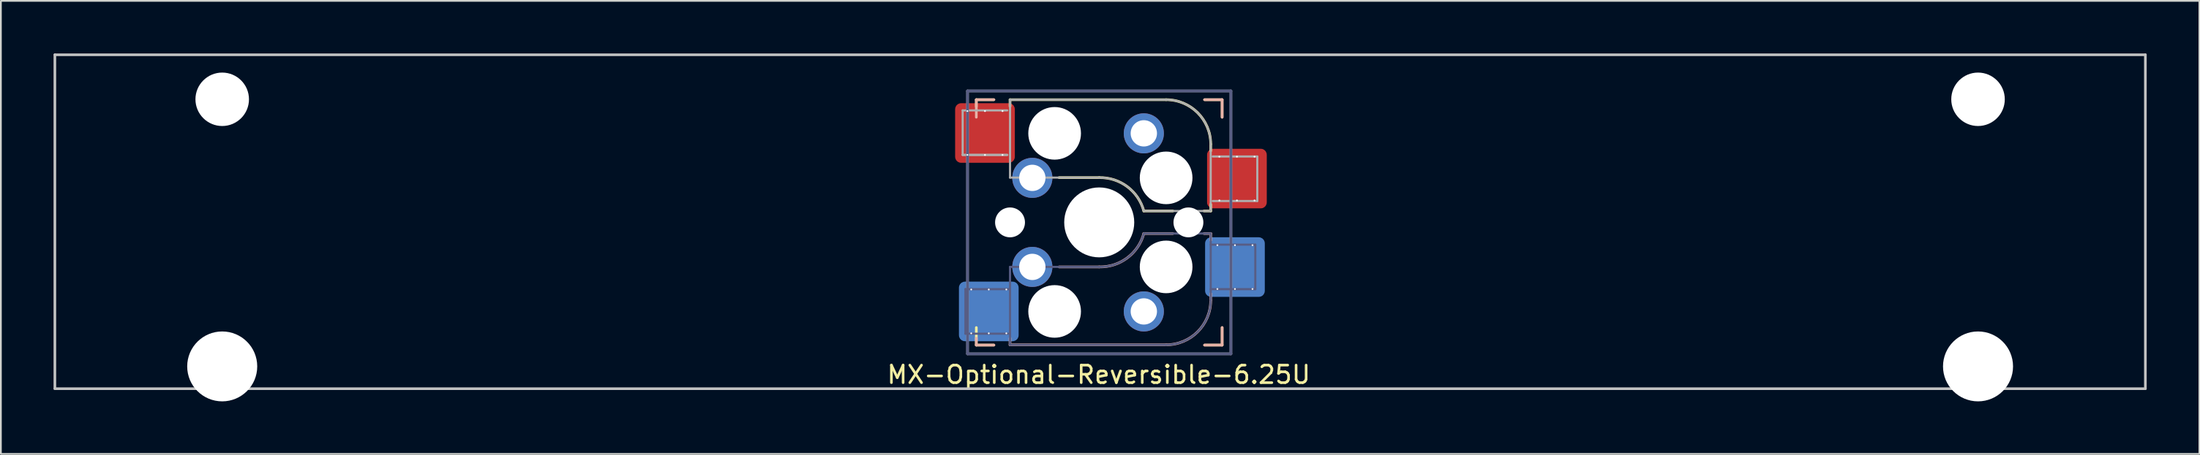
<source format=kicad_pcb>
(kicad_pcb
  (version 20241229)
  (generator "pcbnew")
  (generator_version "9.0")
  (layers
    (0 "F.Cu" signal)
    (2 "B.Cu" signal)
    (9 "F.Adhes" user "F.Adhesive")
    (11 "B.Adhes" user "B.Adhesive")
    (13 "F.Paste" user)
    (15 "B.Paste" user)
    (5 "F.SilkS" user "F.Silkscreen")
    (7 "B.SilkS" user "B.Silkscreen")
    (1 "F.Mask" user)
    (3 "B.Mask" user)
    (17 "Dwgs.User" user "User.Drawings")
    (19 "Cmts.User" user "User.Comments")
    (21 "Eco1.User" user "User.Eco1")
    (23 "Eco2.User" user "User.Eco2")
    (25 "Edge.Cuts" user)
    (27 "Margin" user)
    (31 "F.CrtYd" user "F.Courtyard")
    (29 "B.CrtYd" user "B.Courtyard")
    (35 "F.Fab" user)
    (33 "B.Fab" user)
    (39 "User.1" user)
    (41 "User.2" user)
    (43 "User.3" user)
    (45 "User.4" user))
  (footprint "MX-Optional-Reversible-6.25U"
    (layer "F.Cu")
    (at 59.606 9.6)
    (property "Reference" "MX-Optional-Reversible-6.25U" (at -0.077 8.726 180) (layer "F.SilkS") (effects (font (size 1 1) (thickness 0.15))))
    (attr smd)
    (fp_rect (start -8.258 -6.062) (end -4.858 -4.062) (stroke (width 0.1) (type solid)) (fill yes) (layer "F.Mask"))
    (fp_rect (start 6.092 -3.462) (end 9.492 -1.462) (stroke (width 0.1) (type solid)) (fill yes) (layer "F.Mask"))
    (fp_rect (start -8.041 4.118) (end -4.641 6.118) (stroke (width 0.1) (type solid)) (fill yes) (layer "B.Mask"))
    (fp_rect (start 5.979 1.588) (end 9.379 3.588) (stroke (width 0.1) (type solid)) (fill yes) (layer "B.Mask"))
    (fp_line (start -7.051 -6.962) (end -6.051 -6.962) (stroke (width 0.15) (type solid)) (layer "F.SilkS"))
    (fp_line (start -7.051 -6.566) (end -7.051 -6.962) (stroke (width 0.15) (type solid)) (layer "F.SilkS"))
    (fp_line (start -7.051 7.038) (end -7.051 6.038) (stroke (width 0.15) (type solid)) (layer "F.SilkS"))
    (fp_line (start -6.051 7.038) (end -7.051 7.038) (stroke (width 0.15) (type solid)) (layer "F.SilkS"))
    (fp_line (start -5.131 -6.581) (end -5.131 -6.962) (stroke (width 0.15) (type solid)) (layer "F.SilkS"))
    (fp_line (start -2.337 -2.517) (end -0.051 -2.517) (stroke (width 0.15) (type solid)) (layer "F.SilkS"))
    (fp_line (start 2.489 -0.612) (end 4.14 -0.612) (stroke (width 0.15) (type solid)) (layer "F.SilkS"))
    (fp_line (start 3.759 -6.962) (end -5.131 -6.962) (stroke (width 0.15) (type solid)) (layer "F.SilkS"))
    (fp_line (start 5.918 -0.612) (end 6.299 -0.612) (stroke (width 0.15) (type solid)) (layer "F.SilkS"))
    (fp_line (start 5.949 -6.962) (end 6.949 -6.962) (stroke (width 0.15) (type solid)) (layer "F.SilkS"))
    (fp_line (start 6.299 -4.041) (end 6.299 -4.422) (stroke (width 0.15) (type solid)) (layer "F.SilkS"))
    (fp_line (start 6.299 -0.612) (end 6.299 -0.993) (stroke (width 0.15) (type solid)) (layer "F.SilkS"))
    (fp_line (start 6.949 -6.962) (end 6.949 -5.962) (stroke (width 0.15) (type solid)) (layer "F.SilkS"))
    (fp_line (start 6.949 6.038) (end 6.949 7.038) (stroke (width 0.15) (type solid)) (layer "F.SilkS"))
    (fp_line (start 6.949 7.038) (end 5.949 7.038) (stroke (width 0.15) (type solid)) (layer "F.SilkS"))
    (fp_arc (start -0.05085 -2.51696) (mid 1.54712 -2.001754) (end 2.48915 -0.61196) (stroke (width 0.15) (type solid)) (layer "F.SilkS"))
    (fp_arc (start 3.75915 -6.96196) (mid 5.555201 -6.218011) (end 6.29915 -4.42196) (stroke (width 0.15) (type solid)) (layer "F.SilkS"))
    (fp_line (start -7.051 -6.962) (end -6.051 -6.962) (stroke (width 0.15) (type solid)) (layer "B.SilkS"))
    (fp_line (start -7.051 -5.962) (end -7.051 -6.962) (stroke (width 0.15) (type solid)) (layer "B.SilkS"))
    (fp_line (start -7.051 7.038) (end -7.051 6.642) (stroke (width 0.15) (type solid)) (layer "B.SilkS"))
    (fp_line (start -6.051 7.038) (end -7.051 7.038) (stroke (width 0.15) (type solid)) (layer "B.SilkS"))
    (fp_line (start -5.131 7.023) (end -5.131 6.642) (stroke (width 0.15) (type solid)) (layer "B.SilkS"))
    (fp_line (start -5.131 7.023) (end 3.759 7.023) (stroke (width 0.15) (type solid)) (layer "B.SilkS"))
    (fp_line (start -0.051 2.578) (end -2.337 2.578) (stroke (width 0.15) (type solid)) (layer "B.SilkS"))
    (fp_line (start 4.14 0.673) (end 2.489 0.673) (stroke (width 0.15) (type solid)) (layer "B.SilkS"))
    (fp_line (start 5.949 -6.962) (end 6.949 -6.962) (stroke (width 0.15) (type solid)) (layer "B.SilkS"))
    (fp_line (start 6.299 0.673) (end 5.918 0.673) (stroke (width 0.15) (type solid)) (layer "B.SilkS"))
    (fp_line (start 6.299 1.054) (end 6.299 0.673) (stroke (width 0.15) (type solid)) (layer "B.SilkS"))
    (fp_line (start 6.299 4.483) (end 6.299 4.102) (stroke (width 0.15) (type solid)) (layer "B.SilkS"))
    (fp_line (start 6.949 -6.962) (end 6.949 -5.962) (stroke (width 0.15) (type solid)) (layer "B.SilkS"))
    (fp_line (start 6.949 6.038) (end 6.949 7.038) (stroke (width 0.15) (type solid)) (layer "B.SilkS"))
    (fp_line (start 6.949 7.038) (end 5.949 7.038) (stroke (width 0.15) (type solid)) (layer "B.SilkS"))
    (fp_arc (start 2.48915 0.67304) (mid 1.547119 2.062831) (end -0.05085 2.57804) (stroke (width 0.15) (type solid)) (layer "B.SilkS"))
    (fp_arc (start 6.29915 4.48304) (mid 5.555201 6.279091) (end 3.75915 7.02304) (stroke (width 0.15) (type solid)) (layer "B.SilkS"))
    (fp_line (start -59.531 9.525) (end -59.531 -9.525) (stroke (width 0.15) (type solid)) (layer "Dwgs.User"))
    (fp_line (start 59.531 -9.525) (end -59.531 -9.525) (stroke (width 0.15) (type solid)) (layer "Dwgs.User"))
    (fp_line (start 59.531 9.525) (end -59.531 9.525) (stroke (width 0.15) (type solid)) (layer "Dwgs.User"))
    (fp_line (start 59.531 9.525) (end 59.531 -9.525) (stroke (width 0.15) (type solid)) (layer "Dwgs.User"))
    (fp_line (start -6.951 6.938) (end -6.951 -6.862) (stroke (width 0.15) (type solid)) (layer "Eco2.User"))
    (fp_line (start -6.951 6.938) (end 6.849 6.938) (stroke (width 0.15) (type solid)) (layer "Eco2.User"))
    (fp_line (start 6.849 -6.862) (end -6.951 -6.862) (stroke (width 0.15) (type solid)) (layer "Eco2.User"))
    (fp_line (start 6.849 -6.862) (end 6.849 6.938) (stroke (width 0.15) (type solid)) (layer "Eco2.User"))
    (fp_line (start -7.671 3.848) (end -7.671 6.388) (stroke (width 0.12) (type solid)) (layer "B.Fab"))
    (fp_line (start -7.671 6.388) (end -5.131 6.388) (stroke (width 0.12) (type solid)) (layer "B.Fab"))
    (fp_line (start -7.551 -7.462) (end 7.449 -7.462) (stroke (width 0.15) (type solid)) (layer "B.Fab"))
    (fp_line (start -7.551 7.538) (end -7.551 -7.462) (stroke (width 0.15) (type solid)) (layer "B.Fab"))
    (fp_line (start -5.131 2.578) (end -5.131 7.023) (stroke (width 0.12) (type solid)) (layer "B.Fab"))
    (fp_line (start -5.131 3.848) (end -7.671 3.848) (stroke (width 0.12) (type solid)) (layer "B.Fab"))
    (fp_line (start -5.131 7.023) (end 3.759 7.023) (stroke (width 0.12) (type solid)) (layer "B.Fab"))
    (fp_line (start -0.051 2.578) (end -5.131 2.578) (stroke (width 0.12) (type solid)) (layer "B.Fab"))
    (fp_line (start 6.299 0.673) (end 2.489 0.673) (stroke (width 0.12) (type solid)) (layer "B.Fab"))
    (fp_line (start 6.299 3.848) (end 8.839 3.848) (stroke (width 0.12) (type solid)) (layer "B.Fab"))
    (fp_line (start 6.299 4.483) (end 6.299 0.673) (stroke (width 0.12) (type solid)) (layer "B.Fab"))
    (fp_line (start 7.449 -7.462) (end 7.449 7.538) (stroke (width 0.15) (type solid)) (layer "B.Fab"))
    (fp_line (start 7.449 7.538) (end -7.551 7.538) (stroke (width 0.15) (type solid)) (layer "B.Fab"))
    (fp_line (start 8.839 1.308) (end 6.299 1.308) (stroke (width 0.12) (type solid)) (layer "B.Fab"))
    (fp_line (start 8.839 3.848) (end 8.839 1.308) (stroke (width 0.12) (type solid)) (layer "B.Fab"))
    (fp_arc (start 2.48915 0.67304) (mid 1.547119 2.062831) (end -0.05085 2.57804) (stroke (width 0.12) (type solid)) (layer "B.Fab"))
    (fp_arc (start 6.29915 4.48304) (mid 5.555201 6.279091) (end 3.75915 7.02304) (stroke (width 0.12) (type solid)) (layer "B.Fab"))
    (fp_line (start -7.828 -6.352) (end -7.828 -3.812) (stroke (width 0.12) (type solid)) (layer "F.Fab"))
    (fp_line (start -7.828 -3.812) (end -5.288 -3.812) (stroke (width 0.12) (type solid)) (layer "F.Fab"))
    (fp_line (start -7.828 -3.812) (end -5.288 -3.812) (stroke (width 0.12) (type solid)) (layer "F.Fab"))
    (fp_line (start -7.551 -7.462) (end 7.449 -7.462) (stroke (width 0.15) (type solid)) (layer "F.Fab"))
    (fp_line (start -7.551 7.538) (end -7.551 -7.462) (stroke (width 0.15) (type solid)) (layer "F.Fab"))
    (fp_line (start -5.288 -6.352) (end -7.828 -6.352) (stroke (width 0.12) (type solid)) (layer "F.Fab"))
    (fp_line (start -5.131 -6.962) (end -5.131 -2.517) (stroke (width 0.12) (type solid)) (layer "F.Fab"))
    (fp_line (start -5.131 -2.517) (end -0.051 -2.517) (stroke (width 0.12) (type solid)) (layer "F.Fab"))
    (fp_line (start 2.489 -0.612) (end 6.299 -0.612) (stroke (width 0.12) (type solid)) (layer "F.Fab"))
    (fp_line (start 3.759 -6.962) (end -5.131 -6.962) (stroke (width 0.12) (type solid)) (layer "F.Fab"))
    (fp_line (start 6.299 -0.612) (end 6.299 -4.422) (stroke (width 0.12) (type solid)) (layer "F.Fab"))
    (fp_line (start 6.412 -1.182) (end 8.952 -1.182) (stroke (width 0.12) (type solid)) (layer "F.Fab"))
    (fp_line (start 7.449 -7.462) (end 7.449 7.538) (stroke (width 0.15) (type solid)) (layer "F.Fab"))
    (fp_line (start 7.449 7.538) (end -7.551 7.538) (stroke (width 0.15) (type solid)) (layer "F.Fab"))
    (fp_line (start 8.952 -3.722) (end 6.412 -3.722) (stroke (width 0.12) (type solid)) (layer "F.Fab"))
    (fp_line (start 8.952 -1.182) (end 8.952 -3.722) (stroke (width 0.12) (type solid)) (layer "F.Fab"))
    (fp_arc (start -0.05085 -2.51696) (mid 1.547122 -2.001755) (end 2.48915 -0.61196) (stroke (width 0.12) (type solid)) (layer "F.Fab"))
    (fp_arc (start 3.75915 -6.96196) (mid 5.555201 -6.218011) (end 6.29915 -4.42196) (stroke (width 0.12) (type solid)) (layer "F.Fab"))
    (pad "" np_thru_hole circle (at -50 -6.985) (size 3.048 3.048) (drill 3.048) (layers "*.Cu" "*.Mask"))
    (pad "" np_thru_hole circle (at -50 8.255) (size 3.988 3.988) (drill 3.988) (layers "*.Cu" "*.Mask"))
    (pad "" np_thru_hole circle (at -5.131 0.038) (size 1.702 1.702) (drill 1.702) (layers "*.Cu" "*.Mask"))
    (pad "" np_thru_hole circle (at -2.591 -5.042) (size 3 3) (drill 3) (layers "*.Cu" "*.Mask"))
    (pad "" np_thru_hole circle (at -2.591 5.118) (size 3 3) (drill 3) (layers "*.Cu" "*.Mask"))
    (pad "" np_thru_hole circle (at -0.051 0.038) (size 3.988 3.988) (drill 3.988) (layers "*.Cu" "*.Mask"))
    (pad "" np_thru_hole circle (at 3.759 -2.502) (size 3 3) (drill 3) (layers "*.Cu" "*.Mask"))
    (pad "" np_thru_hole circle (at 3.759 2.578) (size 3 3) (drill 3) (layers "*.Cu" "*.Mask"))
    (pad "" np_thru_hole circle (at 5.029 0.038) (size 1.702 1.702) (drill 1.702) (layers "*.Cu" "*.Mask"))
    (pad "" np_thru_hole circle (at 50 -6.985) (size 3.048 3.048) (drill 3.048) (layers "*.Cu" "*.Mask"))
    (pad "" np_thru_hole circle (at 50 8.255) (size 3.988 3.988) (drill 3.988) (layers "*.Cu" "*.Mask"))
    (pad "1" thru_hole circle (at -7.558 -6.312 270) (size 0.1 0.1) (drill 0.3) (layers "*.Cu" "*.Mask"))
    (pad "1" thru_hole circle (at -7.558 -3.812 270) (size 0.1 0.1) (drill 0.3) (layers "*.Cu" "*.Mask"))
    (pad "1" thru_hole circle (at -7.341 3.868 270) (size 0.1 0.1) (drill 0.3) (layers "*.Cu" "*.Mask"))
    (pad "1" thru_hole circle (at -7.341 6.368 270) (size 0.1 0.1) (drill 0.3) (layers "*.Cu" "*.Mask"))
    (pad "1" thru_hole circle (at -6.558 -6.312 270) (size 0.1 0.1) (drill 0.3) (layers "*.Cu"))
    (pad "1" smd roundrect (at -6.558 -5.062 180) (size 3.4 3.4) (property pad_prop_bga) (layers "F.Cu" "F.Paste") (roundrect_rratio 0.1))
    (pad "1" thru_hole circle (at -6.558 -3.812 270) (size 0.1 0.1) (drill 0.3) (layers "*.Cu" "*.Mask"))
    (pad "1" thru_hole circle (at -6.341 3.868 270) (size 0.1 0.1) (drill 0.3) (layers "*.Cu"))
    (pad "1" smd roundrect (at -6.341 5.118) (size 3.4 3.4) (property pad_prop_bga) (layers "B.Cu" "B.Paste") (roundrect_rratio 0.1))
    (pad "1" thru_hole circle (at -6.341 6.368 270) (size 0.1 0.1) (drill 0.3) (layers "*.Cu" "*.Mask"))
    (pad "1" thru_hole circle (at -5.558 -6.312 270) (size 0.1 0.1) (drill 0.3) (layers "*.Cu"))
    (pad "1" thru_hole circle (at -5.558 -3.812 270) (size 0.1 0.1) (drill 0.3) (layers "*.Cu" "*.Mask"))
    (pad "1" thru_hole circle (at -5.341 3.868 270) (size 0.1 0.1) (drill 0.3) (layers "*.Cu"))
    (pad "1" thru_hole circle (at -5.341 6.368 270) (size 0.1 0.1) (drill 0.3) (layers "*.Cu" "*.Mask"))
    (pad "1" thru_hole circle (at -3.861 -2.502) (size 2.286 2.286) (drill 1.499) (layers "*.Cu" "*.Mask"))
    (pad "1" thru_hole circle (at -3.861 2.578) (size 2.286 2.286) (drill 1.499) (layers "*.Cu" "*.Mask"))
    (pad "2" thru_hole circle (at 2.489 -5.042) (size 2.286 2.286) (drill 1.499) (layers "*.Cu" "*.Mask"))
    (pad "2" thru_hole circle (at 2.489 5.118) (size 2.286 2.286) (drill 1.499) (layers "*.Cu" "*.Mask"))
    (pad "2" thru_hole circle (at 6.679 1.338 270) (size 0.1 0.1) (drill 0.3) (layers "*.Cu" "*.Mask"))
    (pad "2" thru_hole circle (at 6.679 3.838 270) (size 0.1 0.1) (drill 0.3) (layers "*.Cu" "*.Mask"))
    (pad "2" thru_hole circle (at 6.792 -3.712 270) (size 0.1 0.1) (drill 0.3) (layers "*.Cu" "*.Mask"))
    (pad "2" thru_hole circle (at 6.792 -1.212 270) (size 0.1 0.1) (drill 0.3) (layers "*.Cu" "*.Mask"))
    (pad "2" thru_hole circle (at 7.679 1.338 270) (size 0.1 0.1) (drill 0.3) (layers "*.Cu" "*.Mask"))
    (pad "2" smd roundrect (at 7.679 2.588) (size 3.4 3.4) (property pad_prop_bga) (layers "B.Cu" "B.Paste") (roundrect_rratio 0.1))
    (pad "2" thru_hole circle (at 7.679 3.838 270) (size 0.1 0.1) (drill 0.3) (layers "*.Cu"))
    (pad "2" thru_hole circle (at 7.792 -3.712 270) (size 0.1 0.1) (drill 0.3) (layers "*.Cu"))
    (pad "2" smd roundrect (at 7.792 -2.462 180) (size 3.4 3.4) (property pad_prop_bga) (layers "F.Cu" "F.Paste") (roundrect_rratio 0.1))
    (pad "2" thru_hole circle (at 7.792 -1.212 270) (size 0.1 0.1) (drill 0.3) (layers "*.Cu" "*.Mask"))
    (pad "2" thru_hole circle (at 8.679 1.338 270) (size 0.1 0.1) (drill 0.3) (layers "*.Cu" "*.Mask"))
    (pad "2" thru_hole circle (at 8.679 3.838 270) (size 0.1 0.1) (drill 0.3) (layers "*.Cu"))
    (pad "2" thru_hole circle (at 8.792 -3.712 270) (size 0.1 0.1) (drill 0.3) (layers "*.Cu"))
    (pad "2" thru_hole circle (at 8.792 -1.212 270) (size 0.1 0.1) (drill 0.3) (layers "*.Cu" "*.Mask")))
  (gr_rect
    (start -3 -3)
    (end 122.213 22.849)
    (stroke (width 0.1) (type default))
    (fill no)
    (layer "Edge.Cuts")))
</source>
